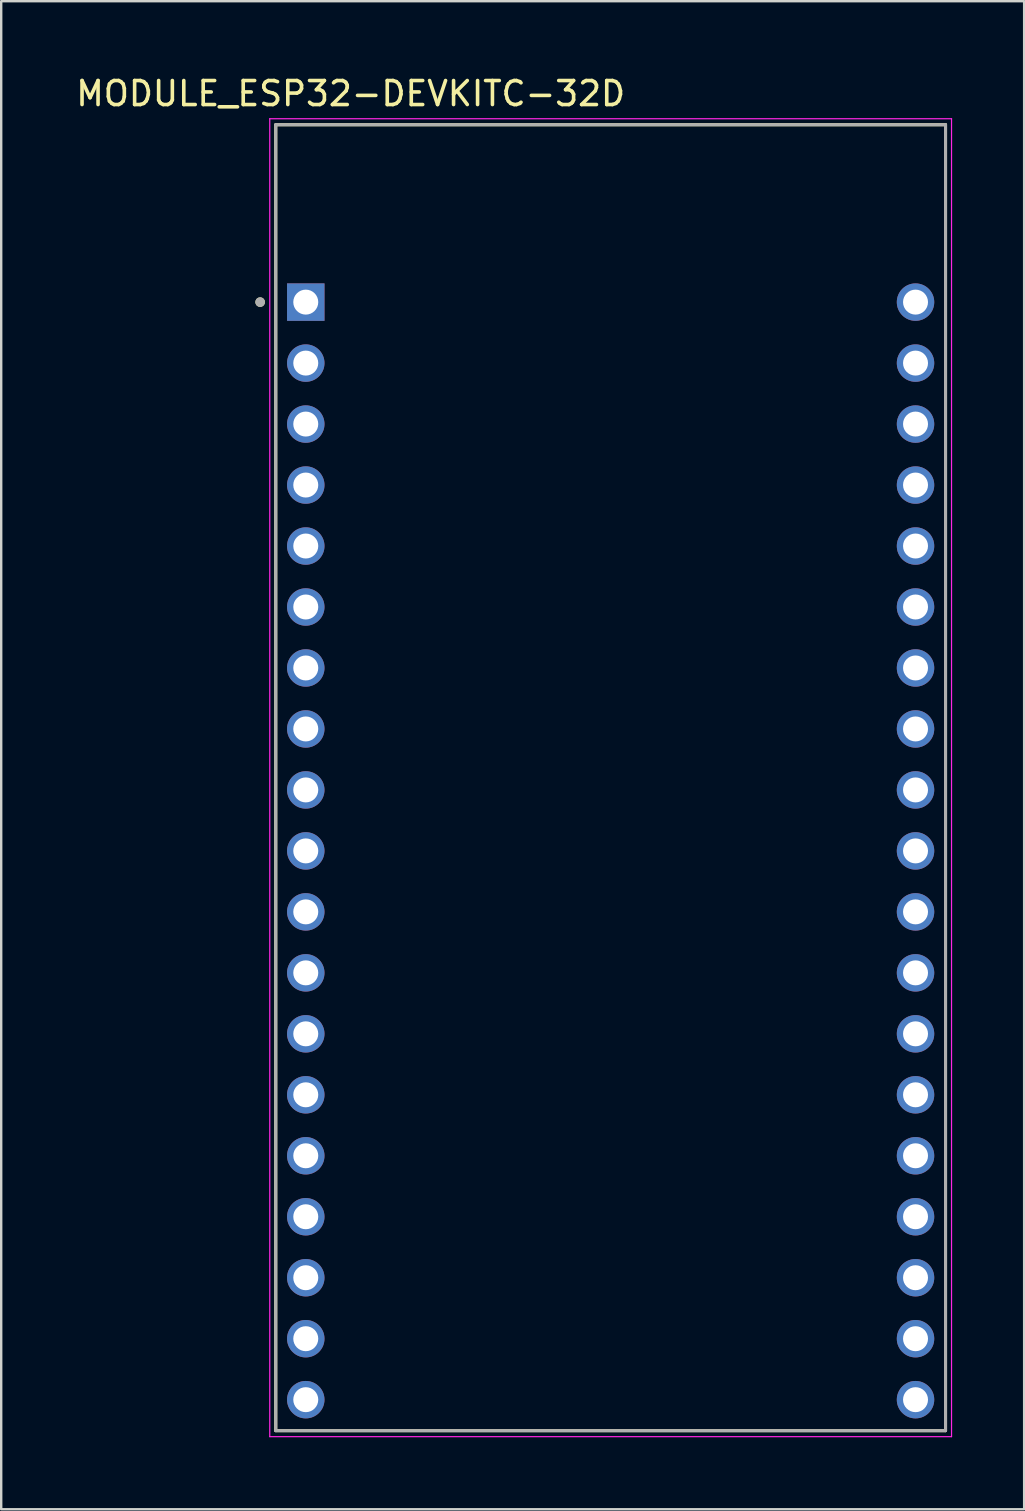
<source format=kicad_pcb>
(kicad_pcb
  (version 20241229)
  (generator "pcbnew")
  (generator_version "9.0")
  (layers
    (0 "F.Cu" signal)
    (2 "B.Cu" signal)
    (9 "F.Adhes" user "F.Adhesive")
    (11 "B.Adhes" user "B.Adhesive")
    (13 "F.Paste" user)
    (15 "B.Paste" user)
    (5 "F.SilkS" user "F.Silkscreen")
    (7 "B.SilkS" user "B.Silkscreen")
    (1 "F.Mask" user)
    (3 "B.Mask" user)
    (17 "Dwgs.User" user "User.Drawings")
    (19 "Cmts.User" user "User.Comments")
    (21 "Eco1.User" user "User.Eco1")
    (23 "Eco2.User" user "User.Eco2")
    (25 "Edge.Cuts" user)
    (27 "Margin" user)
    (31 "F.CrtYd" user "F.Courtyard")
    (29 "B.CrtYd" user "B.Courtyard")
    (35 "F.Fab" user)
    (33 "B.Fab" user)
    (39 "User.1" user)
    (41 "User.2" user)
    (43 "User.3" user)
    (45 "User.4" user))
  (footprint "MODULE_ESP32-DEVKITC-32D"
    (layer "F.Cu")
    (at 22.387 29.295)
    (property "Reference" "MODULE_ESP32-DEVKITC-32D" (at -10.829 -28.446 0) (layer "F.SilkS") (effects (font (size 1 1) (thickness 0.15))))
    (attr through_hole)
    (fp_line (start -13.95 -27.15) (end 13.95 -27.15) (stroke (width 0.127) (type solid)) (layer "F.SilkS"))
    (fp_line (start -13.95 27.25) (end -13.95 -27.15) (stroke (width 0.127) (type solid)) (layer "F.SilkS"))
    (fp_line (start 13.95 -27.15) (end 13.95 27.25) (stroke (width 0.127) (type solid)) (layer "F.SilkS"))
    (fp_line (start 13.95 27.25) (end -13.95 27.25) (stroke (width 0.127) (type solid)) (layer "F.SilkS"))
    (fp_circle (center -14.6 -19.76) (end -14.5 -19.76) (stroke (width 0.2) (type solid)) (fill no) (layer "F.SilkS"))
    (fp_line (start -14.2 -27.4) (end 14.2 -27.4) (stroke (width 0.05) (type solid)) (layer "F.CrtYd"))
    (fp_line (start -14.2 27.5) (end -14.2 -27.4) (stroke (width 0.05) (type solid)) (layer "F.CrtYd"))
    (fp_line (start 14.2 -27.4) (end 14.2 27.5) (stroke (width 0.05) (type solid)) (layer "F.CrtYd"))
    (fp_line (start 14.2 27.5) (end -14.2 27.5) (stroke (width 0.05) (type solid)) (layer "F.CrtYd"))
    (fp_line (start -13.95 -27.15) (end 13.95 -27.15) (stroke (width 0.127) (type solid)) (layer "F.Fab"))
    (fp_line (start -13.95 27.25) (end -13.95 -27.15) (stroke (width 0.127) (type solid)) (layer "F.Fab"))
    (fp_line (start 13.95 -27.15) (end 13.95 27.25) (stroke (width 0.127) (type solid)) (layer "F.Fab"))
    (fp_line (start 13.95 27.25) (end -13.95 27.25) (stroke (width 0.127) (type solid)) (layer "F.Fab"))
    (fp_circle (center -14.6 -19.76) (end -14.5 -19.76) (stroke (width 0.2) (type solid)) (fill no) (layer "F.Fab"))
    (pad "3V3" thru_hole rect (at -12.7 -19.76) (size 1.56 1.56) (drill 1.04) (layers "*.Cu" "*.Mask"))
    (pad "5V" thru_hole circle (at -12.7 25.96) (size 1.56 1.56) (drill 1.04) (layers "*.Cu" "*.Mask"))
    (pad "CLK" thru_hole circle (at 12.7 25.96) (size 1.56 1.56) (drill 1.04) (layers "*.Cu" "*.Mask"))
    (pad "CMD" thru_hole circle (at -12.7 23.42) (size 1.56 1.56) (drill 1.04) (layers "*.Cu" "*.Mask"))
    (pad "EN" thru_hole circle (at -12.7 -17.22) (size 1.56 1.56) (drill 1.04) (layers "*.Cu" "*.Mask"))
    (pad "GND1" thru_hole circle (at -12.7 13.26) (size 1.56 1.56) (drill 1.04) (layers "*.Cu" "*.Mask"))
    (pad "GND2" thru_hole circle (at 12.7 -4.52) (size 1.56 1.56) (drill 1.04) (layers "*.Cu" "*.Mask"))
    (pad "GND3" thru_hole circle (at 12.7 -19.76) (size 1.56 1.56) (drill 1.04) (layers "*.Cu" "*.Mask"))
    (pad "P00" thru_hole circle (at 12.7 13.26) (size 1.56 1.56) (drill 1.04) (layers "*.Cu" "*.Mask"))
    (pad "P02" thru_hole circle (at 12.7 15.8) (size 1.56 1.56) (drill 1.04) (layers "*.Cu" "*.Mask"))
    (pad "P04" thru_hole circle (at 12.7 10.72) (size 1.56 1.56) (drill 1.04) (layers "*.Cu" "*.Mask"))
    (pad "P05" thru_hole circle (at 12.7 3.1) (size 1.56 1.56) (drill 1.04) (layers "*.Cu" "*.Mask"))
    (pad "P12" thru_hole circle (at -12.7 10.72) (size 1.56 1.56) (drill 1.04) (layers "*.Cu" "*.Mask"))
    (pad "P13" thru_hole circle (at -12.7 15.8) (size 1.56 1.56) (drill 1.04) (layers "*.Cu" "*.Mask"))
    (pad "P14" thru_hole circle (at -12.7 8.18) (size 1.56 1.56) (drill 1.04) (layers "*.Cu" "*.Mask"))
    (pad "P15" thru_hole circle (at 12.7 18.34) (size 1.56 1.56) (drill 1.04) (layers "*.Cu" "*.Mask"))
    (pad "P16" thru_hole circle (at 12.7 8.18) (size 1.56 1.56) (drill 1.04) (layers "*.Cu" "*.Mask"))
    (pad "P17" thru_hole circle (at 12.7 5.64) (size 1.56 1.56) (drill 1.04) (layers "*.Cu" "*.Mask"))
    (pad "P18" thru_hole circle (at 12.7 0.56) (size 1.56 1.56) (drill 1.04) (layers "*.Cu" "*.Mask"))
    (pad "P19" thru_hole circle (at 12.7 -1.98) (size 1.56 1.56) (drill 1.04) (layers "*.Cu" "*.Mask"))
    (pad "P21" thru_hole circle (at 12.7 -7.06) (size 1.56 1.56) (drill 1.04) (layers "*.Cu" "*.Mask"))
    (pad "P22" thru_hole circle (at 12.7 -14.68) (size 1.56 1.56) (drill 1.04) (layers "*.Cu" "*.Mask"))
    (pad "P23" thru_hole circle (at 12.7 -17.22) (size 1.56 1.56) (drill 1.04) (layers "*.Cu" "*.Mask"))
    (pad "P25" thru_hole circle (at -12.7 0.56) (size 1.56 1.56) (drill 1.04) (layers "*.Cu" "*.Mask"))
    (pad "P26" thru_hole circle (at -12.7 3.1) (size 1.56 1.56) (drill 1.04) (layers "*.Cu" "*.Mask"))
    (pad "P27" thru_hole circle (at -12.7 5.64) (size 1.56 1.56) (drill 1.04) (layers "*.Cu" "*.Mask"))
    (pad "P32" thru_hole circle (at -12.7 -4.52) (size 1.56 1.56) (drill 1.04) (layers "*.Cu" "*.Mask"))
    (pad "P33" thru_hole circle (at -12.7 -1.98) (size 1.56 1.56) (drill 1.04) (layers "*.Cu" "*.Mask"))
    (pad "P34" thru_hole circle (at -12.7 -9.6) (size 1.56 1.56) (drill 1.04) (layers "*.Cu" "*.Mask"))
    (pad "P35" thru_hole circle (at -12.7 -7.06) (size 1.56 1.56) (drill 1.04) (layers "*.Cu" "*.Mask"))
    (pad "RX" thru_hole circle (at 12.7 -9.6) (size 1.56 1.56) (drill 1.04) (layers "*.Cu" "*.Mask"))
    (pad "SD0" thru_hole circle (at 12.7 23.42) (size 1.56 1.56) (drill 1.04) (layers "*.Cu" "*.Mask"))
    (pad "SD1" thru_hole circle (at 12.7 20.88) (size 1.56 1.56) (drill 1.04) (layers "*.Cu" "*.Mask"))
    (pad "SD2" thru_hole circle (at -12.7 18.34) (size 1.56 1.56) (drill 1.04) (layers "*.Cu" "*.Mask"))
    (pad "SD3" thru_hole circle (at -12.7 20.88) (size 1.56 1.56) (drill 1.04) (layers "*.Cu" "*.Mask"))
    (pad "SVN" thru_hole circle (at -12.7 -12.14) (size 1.56 1.56) (drill 1.04) (layers "*.Cu" "*.Mask"))
    (pad "SVP" thru_hole circle (at -12.7 -14.68) (size 1.56 1.56) (drill 1.04) (layers "*.Cu" "*.Mask"))
    (pad "TX" thru_hole circle (at 12.7 -12.14) (size 1.56 1.56) (drill 1.04) (layers "*.Cu" "*.Mask")))
  (gr_rect
    (start -3 -3)
    (end 39.612 59.82)
    (stroke (width 0.1) (type default))
    (fill no)
    (layer "Edge.Cuts")))
</source>
